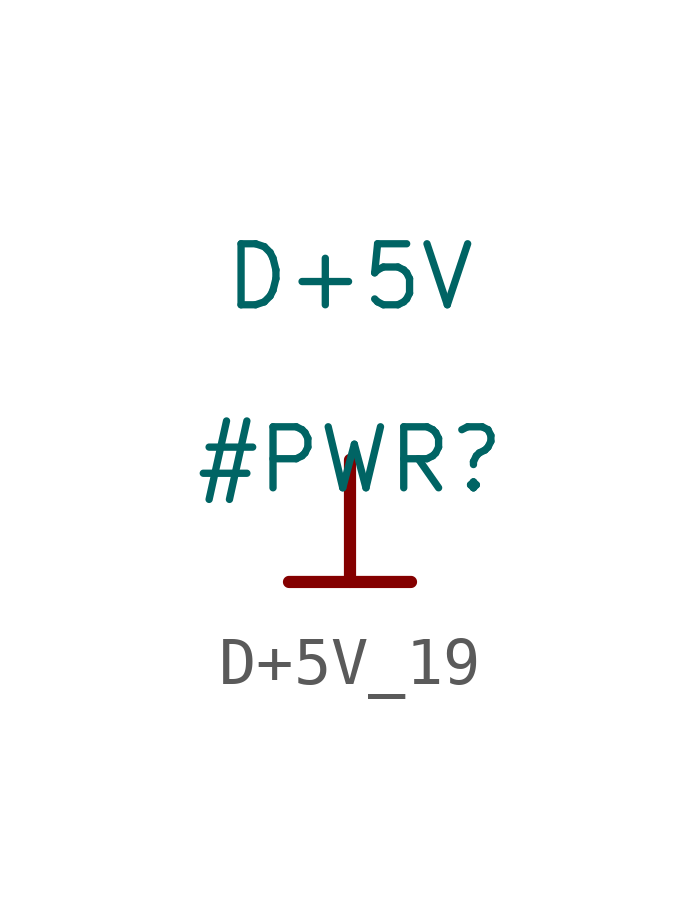
<source format=kicad_sym>
(kicad_symbol_lib
  (version 20241209)
  (generator "kicad_symbol_editor")
  (generator_version "9.0")
  (symbol "D+5V_19"
    (power)
    (property "Reference" "#PWR"
      (at 0 0 0)
      (effects (font (size 1.27 1.27))))
    (property "Value" "D+5V"
      (at 0 3.81 0)
      (effects (font (size 1.27 1.27))))
    (symbol "D+5V_19_0_0"
      (polyline (pts (xy -1.27 -2.54) (xy 1.27 -2.54)) (stroke (width 0.254) (type solid)) (fill (type none)))
      (polyline (pts (xy 0 0) (xy 0 -2.54)) (stroke (width 0.254) (type solid)) (fill (type none))))
    (symbol "D+5V_19_1_0"
      (pin power_out line (at 0 0 0) (length 0) (hide yes) (name "D+5V" (effects (font (size 1.27 1.27)))) (number "" (effects (font (size 1.27 1.27))))))))
</source>
